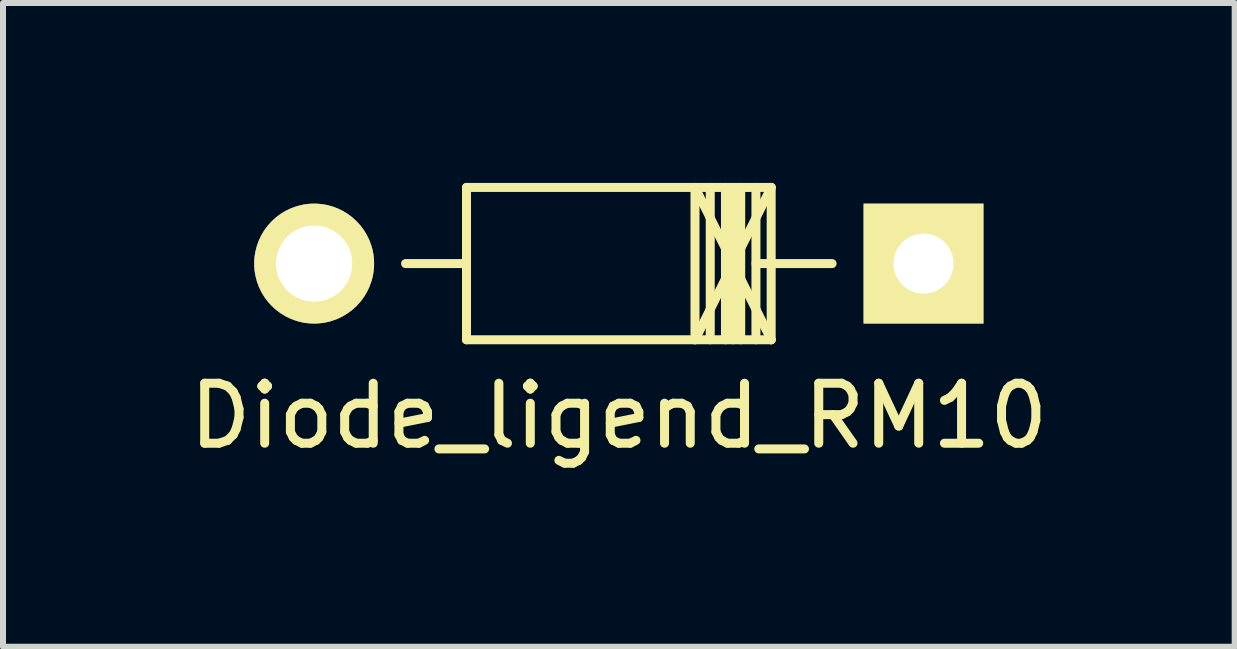
<source format=kicad_pcb>
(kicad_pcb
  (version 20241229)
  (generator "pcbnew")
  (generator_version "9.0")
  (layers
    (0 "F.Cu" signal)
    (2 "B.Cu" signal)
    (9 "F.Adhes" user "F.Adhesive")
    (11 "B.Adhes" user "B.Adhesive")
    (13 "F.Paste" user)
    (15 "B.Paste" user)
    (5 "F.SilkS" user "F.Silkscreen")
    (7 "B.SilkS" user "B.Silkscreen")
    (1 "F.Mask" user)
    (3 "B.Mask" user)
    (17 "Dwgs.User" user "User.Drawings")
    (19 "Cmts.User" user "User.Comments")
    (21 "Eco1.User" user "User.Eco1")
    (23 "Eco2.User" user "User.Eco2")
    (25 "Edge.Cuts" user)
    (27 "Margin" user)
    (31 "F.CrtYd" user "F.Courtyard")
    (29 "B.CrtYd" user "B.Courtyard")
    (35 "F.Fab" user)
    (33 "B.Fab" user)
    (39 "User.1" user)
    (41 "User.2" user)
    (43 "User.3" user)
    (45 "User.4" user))
  (footprint "Diode_ligend_RM10"
    (layer "F.Cu")
    (at 7.268 1.345)
    (property "Reference" "Diode_ligend_RM10" (at 0 2.54 0) (layer "F.SilkS") (effects (font (size 1 1) (thickness 0.15))))
    (attr through_hole)
    (fp_line (start -2.54 -1.27) (end -2.54 1.27) (stroke (width 0.15) (type solid)) (layer "F.SilkS"))
    (fp_line (start -2.54 0) (end -3.556 0) (stroke (width 0.15) (type solid)) (layer "F.SilkS"))
    (fp_line (start -2.54 1.27) (end 2.54 1.27) (stroke (width 0.15) (type solid)) (layer "F.SilkS"))
    (fp_line (start 1.27 -1.27) (end 1.27 1.27) (stroke (width 0.15) (type solid)) (layer "F.SilkS"))
    (fp_line (start 1.27 -1.27) (end 2.54 1.27) (stroke (width 0.15) (type solid)) (layer "F.SilkS"))
    (fp_line (start 1.524 -1.27) (end 1.524 1.27) (stroke (width 0.15) (type solid)) (layer "F.SilkS"))
    (fp_line (start 1.778 -1.27) (end 1.778 1.27) (stroke (width 0.15) (type solid)) (layer "F.SilkS"))
    (fp_line (start 1.905 -1.27) (end 1.905 1.27) (stroke (width 0.15) (type solid)) (layer "F.SilkS"))
    (fp_line (start 2.032 -1.27) (end 2.032 1.27) (stroke (width 0.15) (type solid)) (layer "F.SilkS"))
    (fp_line (start 2.286 -1.27) (end 2.286 1.27) (stroke (width 0.15) (type solid)) (layer "F.SilkS"))
    (fp_line (start 2.286 0) (end 3.556 0) (stroke (width 0.15) (type solid)) (layer "F.SilkS"))
    (fp_line (start 2.54 -1.27) (end -2.54 -1.27) (stroke (width 0.15) (type solid)) (layer "F.SilkS"))
    (fp_line (start 2.54 -1.27) (end 1.27 1.27) (stroke (width 0.15) (type solid)) (layer "F.SilkS"))
    (fp_line (start 2.54 1.27) (end 2.54 -1.27) (stroke (width 0.15) (type solid)) (layer "F.SilkS"))
    (pad "A" thru_hole circle (at -5.08 0) (size 1.999 1.999) (drill 1.27) (layers "*.Cu" "*.Mask" "F.SilkS"))
    (pad "C" thru_hole rect (at 5.08 0) (size 1.999 1.999) (drill 1.001) (layers "*.Cu" "*.Mask" "F.SilkS")))
  (gr_rect
    (start -3 -3)
    (end 17.536 7.733)
    (stroke (width 0.1) (type default))
    (fill no)
    (layer "Edge.Cuts")))
</source>
